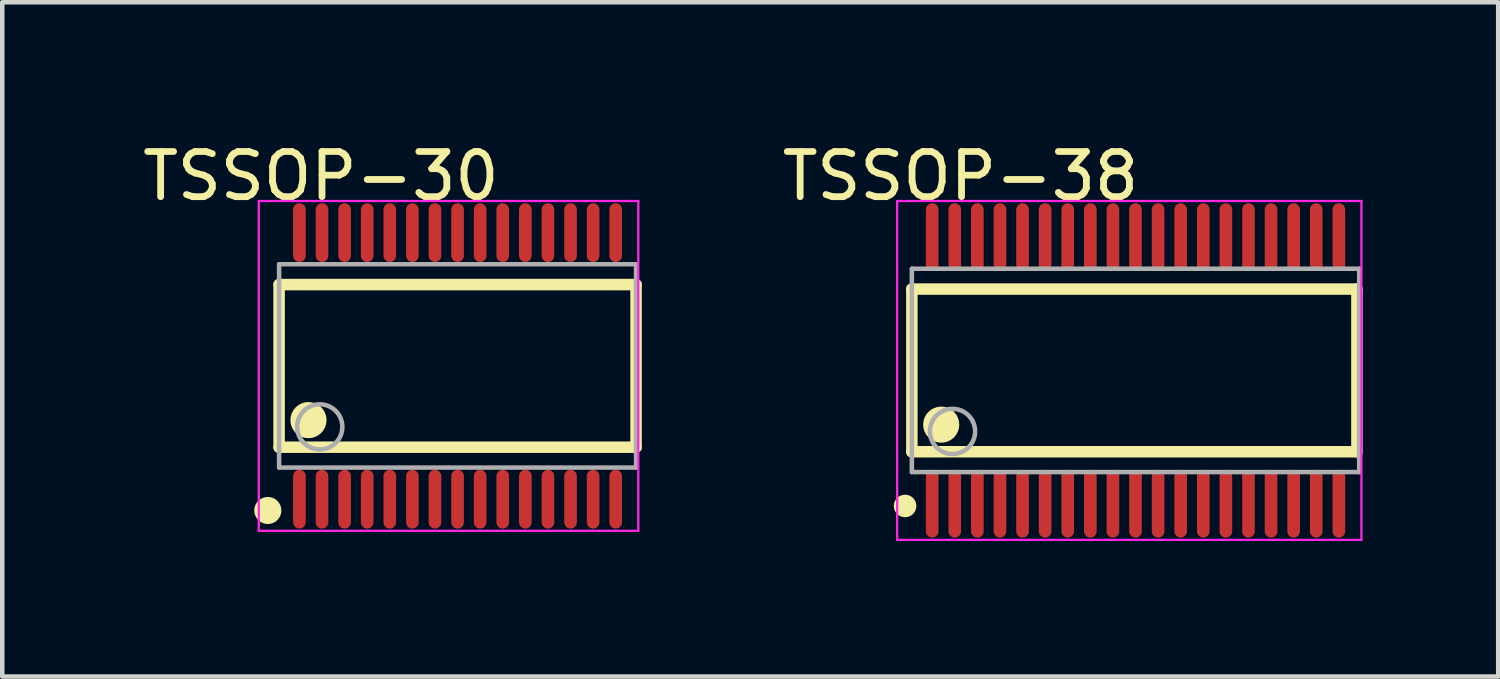
<source format=kicad_pcb>
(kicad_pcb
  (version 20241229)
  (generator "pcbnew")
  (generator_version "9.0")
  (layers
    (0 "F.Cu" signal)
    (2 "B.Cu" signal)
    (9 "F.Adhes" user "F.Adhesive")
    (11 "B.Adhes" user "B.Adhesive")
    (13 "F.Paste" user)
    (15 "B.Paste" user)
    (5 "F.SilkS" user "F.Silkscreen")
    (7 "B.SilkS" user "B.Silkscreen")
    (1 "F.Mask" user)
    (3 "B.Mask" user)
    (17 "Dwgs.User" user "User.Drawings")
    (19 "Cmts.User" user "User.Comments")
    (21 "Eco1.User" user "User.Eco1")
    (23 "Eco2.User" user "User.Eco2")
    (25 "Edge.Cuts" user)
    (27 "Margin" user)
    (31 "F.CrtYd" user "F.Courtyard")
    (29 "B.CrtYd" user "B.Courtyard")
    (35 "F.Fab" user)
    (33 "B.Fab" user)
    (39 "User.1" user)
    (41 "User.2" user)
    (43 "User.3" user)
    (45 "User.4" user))
  (footprint "TSSOP-30"
    (layer "F.Cu")
    (at 7.077 5.048)
    (property "Reference" "TSSOP-30" (at -3.024 -4.2 0) (layer "F.SilkS") (effects (font (size 1 1) (thickness 0.15))))
    (attr through_hole)
    (fp_line (start -3.95 -1.8) (end 3.95 -1.8) (stroke (width 0.254) (type solid)) (layer "F.SilkS"))
    (fp_line (start -3.95 1.8) (end -3.95 -1.8) (stroke (width 0.254) (type solid)) (layer "F.SilkS"))
    (fp_line (start -3.95 1.8) (end 3.95 1.8) (stroke (width 0.254) (type solid)) (layer "F.SilkS"))
    (fp_line (start 3.95 1.8) (end 3.95 -1.8) (stroke (width 0.254) (type solid)) (layer "F.SilkS"))
    (fp_circle (center -4.2 3.2) (end -4.05 3.2) (stroke (width 0.3) (type solid)) (fill no) (layer "F.SilkS"))
    (fp_circle (center -3.3 1.2) (end -3.1 1.2) (stroke (width 0.4) (type solid)) (fill no) (layer "F.SilkS"))
    (fp_line (start -4.4 -3.65) (end 4 -3.65) (stroke (width 0.05) (type solid)) (layer "F.CrtYd"))
    (fp_line (start -4.4 3.65) (end -4.4 -3.65) (stroke (width 0.05) (type solid)) (layer "F.CrtYd"))
    (fp_line (start 4 -3.65) (end 4 3.65) (stroke (width 0.05) (type solid)) (layer "F.CrtYd"))
    (fp_line (start 4 3.65) (end -4.4 3.65) (stroke (width 0.05) (type solid)) (layer "F.CrtYd"))
    (fp_line (start -3.95 -2.25) (end 3.95 -2.25) (stroke (width 0.1) (type solid)) (layer "F.Fab"))
    (fp_line (start -3.95 2.25) (end -3.95 -2.25) (stroke (width 0.1) (type solid)) (layer "F.Fab"))
    (fp_line (start -3.95 2.25) (end 3.95 2.25) (stroke (width 0.1) (type solid)) (layer "F.Fab"))
    (fp_line (start 3.95 2.25) (end 3.95 -2.25) (stroke (width 0.1) (type solid)) (layer "F.Fab"))
    (fp_circle (center -3.05 1.35) (end -2.55 1.35) (stroke (width 0.1) (type solid)) (fill no) (layer "F.Fab"))
    (pad "1" smd oval (at -3.5 2.95) (size 0.28 1.3) (layers "F.Cu" "F.Mask" "F.Paste"))
    (pad "2" smd oval (at -3 2.95) (size 0.28 1.3) (layers "F.Cu" "F.Mask" "F.Paste"))
    (pad "3" smd oval (at -2.5 2.95) (size 0.28 1.3) (layers "F.Cu" "F.Mask" "F.Paste"))
    (pad "4" smd oval (at -2 2.95) (size 0.28 1.3) (layers "F.Cu" "F.Mask" "F.Paste"))
    (pad "5" smd oval (at -1.5 2.95) (size 0.28 1.3) (layers "F.Cu" "F.Mask" "F.Paste"))
    (pad "6" smd oval (at -1 2.95) (size 0.28 1.3) (layers "F.Cu" "F.Mask" "F.Paste"))
    (pad "7" smd oval (at -0.5 2.95) (size 0.28 1.3) (layers "F.Cu" "F.Mask" "F.Paste"))
    (pad "8" smd oval (at 0 2.95) (size 0.28 1.3) (layers "F.Cu" "F.Mask" "F.Paste"))
    (pad "9" smd oval (at 0.5 2.95) (size 0.28 1.3) (layers "F.Cu" "F.Mask" "F.Paste"))
    (pad "10" smd oval (at 1 2.95) (size 0.28 1.3) (layers "F.Cu" "F.Mask" "F.Paste"))
    (pad "11" smd oval (at 1.5 2.95) (size 0.28 1.3) (layers "F.Cu" "F.Mask" "F.Paste"))
    (pad "12" smd oval (at 2 2.95) (size 0.28 1.3) (layers "F.Cu" "F.Mask" "F.Paste"))
    (pad "13" smd oval (at 2.5 2.95) (size 0.28 1.3) (layers "F.Cu" "F.Mask" "F.Paste"))
    (pad "14" smd oval (at 3 2.95) (size 0.28 1.3) (layers "F.Cu" "F.Mask" "F.Paste"))
    (pad "15" smd oval (at 3.5 2.95) (size 0.28 1.3) (layers "F.Cu" "F.Mask" "F.Paste"))
    (pad "16" smd oval (at 3.5 -2.95 180) (size 0.28 1.3) (layers "F.Cu" "F.Mask" "F.Paste"))
    (pad "17" smd oval (at 3 -2.95 180) (size 0.28 1.3) (layers "F.Cu" "F.Mask" "F.Paste"))
    (pad "18" smd oval (at 2.5 -2.95 180) (size 0.28 1.3) (layers "F.Cu" "F.Mask" "F.Paste"))
    (pad "19" smd oval (at 2 -2.95 180) (size 0.28 1.3) (layers "F.Cu" "F.Mask" "F.Paste"))
    (pad "20" smd oval (at 1.5 -2.95 180) (size 0.28 1.3) (layers "F.Cu" "F.Mask" "F.Paste"))
    (pad "21" smd oval (at 1 -2.95 180) (size 0.28 1.3) (layers "F.Cu" "F.Mask" "F.Paste"))
    (pad "22" smd oval (at 0.5 -2.95 180) (size 0.28 1.3) (layers "F.Cu" "F.Mask" "F.Paste"))
    (pad "23" smd oval (at 0 -2.95 180) (size 0.28 1.3) (layers "F.Cu" "F.Mask" "F.Paste"))
    (pad "24" smd oval (at -0.5 -2.95 180) (size 0.28 1.3) (layers "F.Cu" "F.Mask" "F.Paste"))
    (pad "25" smd oval (at -1 -2.95 180) (size 0.28 1.3) (layers "F.Cu" "F.Mask" "F.Paste"))
    (pad "26" smd oval (at -1.5 -2.95 180) (size 0.28 1.3) (layers "F.Cu" "F.Mask" "F.Paste"))
    (pad "27" smd oval (at -2 -2.95 180) (size 0.28 1.3) (layers "F.Cu" "F.Mask" "F.Paste"))
    (pad "28" smd oval (at -2.5 -2.95 180) (size 0.28 1.3) (layers "F.Cu" "F.Mask" "F.Paste"))
    (pad "29" smd oval (at -3 -2.95 180) (size 0.28 1.3) (layers "F.Cu" "F.Mask" "F.Paste"))
    (pad "30" smd oval (at -3.5 -2.95 180) (size 0.28 1.3) (layers "F.Cu" "F.Mask" "F.Paste")))
  (footprint "TSSOP-38"
    (layer "F.Cu")
    (at 22.081 5.148)
    (property "Reference" "TSSOP-38" (at -3.874 -4.3 0) (layer "F.SilkS") (effects (font (size 1 1) (thickness 0.15))))
    (attr through_hole)
    (fp_line (start -4.95 -1.8) (end 4.9 -1.8) (stroke (width 0.254) (type solid)) (layer "F.SilkS"))
    (fp_line (start -4.95 1.8) (end -4.95 -1.8) (stroke (width 0.254) (type solid)) (layer "F.SilkS"))
    (fp_line (start -4.95 1.8) (end 4.9 1.8) (stroke (width 0.254) (type solid)) (layer "F.SilkS"))
    (fp_line (start 4.9 1.8) (end 4.9 -1.8) (stroke (width 0.254) (type solid)) (layer "F.SilkS"))
    (fp_circle (center -5.1 3) (end -4.975 3) (stroke (width 0.25) (type solid)) (fill no) (layer "F.SilkS"))
    (fp_circle (center -4.3 1.2) (end -4.1 1.2) (stroke (width 0.4) (type solid)) (fill no) (layer "F.SilkS"))
    (fp_line (start -5.275 -3.75) (end 5 -3.75) (stroke (width 0.05) (type solid)) (layer "F.CrtYd"))
    (fp_line (start -5.275 3.75) (end -5.275 -3.75) (stroke (width 0.05) (type solid)) (layer "F.CrtYd"))
    (fp_line (start 5 -3.75) (end 5 3.75) (stroke (width 0.05) (type solid)) (layer "F.CrtYd"))
    (fp_line (start 5 3.75) (end -5.275 3.75) (stroke (width 0.05) (type solid)) (layer "F.CrtYd"))
    (fp_line (start -4.95 -2.25) (end 4.95 -2.25) (stroke (width 0.1) (type solid)) (layer "F.Fab"))
    (fp_line (start -4.95 2.25) (end -4.95 -2.25) (stroke (width 0.1) (type solid)) (layer "F.Fab"))
    (fp_line (start -4.95 2.25) (end 4.95 2.25) (stroke (width 0.1) (type solid)) (layer "F.Fab"))
    (fp_line (start 4.95 2.25) (end 4.95 -2.25) (stroke (width 0.1) (type solid)) (layer "F.Fab"))
    (fp_circle (center -4.05 1.35) (end -3.55 1.35) (stroke (width 0.1) (type solid)) (fill no) (layer "F.Fab"))
    (pad "1" smd oval (at -4.5 2.95) (size 0.28 1.5) (layers "F.Cu" "F.Mask" "F.Paste"))
    (pad "2" smd oval (at -4 2.95) (size 0.28 1.5) (layers "F.Cu" "F.Mask" "F.Paste"))
    (pad "3" smd oval (at -3.5 2.95) (size 0.28 1.5) (layers "F.Cu" "F.Mask" "F.Paste"))
    (pad "4" smd oval (at -3 2.95) (size 0.28 1.5) (layers "F.Cu" "F.Mask" "F.Paste"))
    (pad "5" smd oval (at -2.5 2.95) (size 0.28 1.5) (layers "F.Cu" "F.Mask" "F.Paste"))
    (pad "6" smd oval (at -2 2.95) (size 0.28 1.5) (layers "F.Cu" "F.Mask" "F.Paste"))
    (pad "7" smd oval (at -1.5 2.95) (size 0.28 1.5) (layers "F.Cu" "F.Mask" "F.Paste"))
    (pad "8" smd oval (at -1 2.95) (size 0.28 1.5) (layers "F.Cu" "F.Mask" "F.Paste"))
    (pad "9" smd oval (at -0.5 2.95) (size 0.28 1.5) (layers "F.Cu" "F.Mask" "F.Paste"))
    (pad "10" smd oval (at 0 2.95) (size 0.28 1.5) (layers "F.Cu" "F.Mask" "F.Paste"))
    (pad "11" smd oval (at 0.5 2.95) (size 0.28 1.5) (layers "F.Cu" "F.Mask" "F.Paste"))
    (pad "12" smd oval (at 1 2.95) (size 0.28 1.5) (layers "F.Cu" "F.Mask" "F.Paste"))
    (pad "13" smd oval (at 1.5 2.95) (size 0.28 1.5) (layers "F.Cu" "F.Mask" "F.Paste"))
    (pad "14" smd oval (at 2 2.95) (size 0.28 1.5) (layers "F.Cu" "F.Mask" "F.Paste"))
    (pad "15" smd oval (at 2.5 2.95) (size 0.28 1.5) (layers "F.Cu" "F.Mask" "F.Paste"))
    (pad "16" smd oval (at 3 2.95) (size 0.28 1.5) (layers "F.Cu" "F.Mask" "F.Paste"))
    (pad "17" smd oval (at 3.5 2.95) (size 0.28 1.5) (layers "F.Cu" "F.Mask" "F.Paste"))
    (pad "18" smd oval (at 4 2.95) (size 0.28 1.5) (layers "F.Cu" "F.Mask" "F.Paste"))
    (pad "19" smd oval (at 4.5 2.95) (size 0.28 1.5) (layers "F.Cu" "F.Mask" "F.Paste"))
    (pad "20" smd oval (at 4.5 -2.95) (size 0.28 1.5) (layers "F.Cu" "F.Mask" "F.Paste"))
    (pad "21" smd oval (at 4 -2.95) (size 0.28 1.5) (layers "F.Cu" "F.Mask" "F.Paste"))
    (pad "22" smd oval (at 3.5 -2.95) (size 0.28 1.5) (layers "F.Cu" "F.Mask" "F.Paste"))
    (pad "23" smd oval (at 3 -2.95) (size 0.28 1.5) (layers "F.Cu" "F.Mask" "F.Paste"))
    (pad "24" smd oval (at 2.5 -2.95) (size 0.28 1.5) (layers "F.Cu" "F.Mask" "F.Paste"))
    (pad "25" smd oval (at 2 -2.95) (size 0.28 1.5) (layers "F.Cu" "F.Mask" "F.Paste"))
    (pad "26" smd oval (at 1.5 -2.95) (size 0.28 1.5) (layers "F.Cu" "F.Mask" "F.Paste"))
    (pad "27" smd oval (at 1 -2.95) (size 0.28 1.5) (layers "F.Cu" "F.Mask" "F.Paste"))
    (pad "28" smd oval (at 0.5 -2.95) (size 0.28 1.5) (layers "F.Cu" "F.Mask" "F.Paste"))
    (pad "29" smd oval (at 0 -2.95) (size 0.28 1.5) (layers "F.Cu" "F.Mask" "F.Paste"))
    (pad "30" smd oval (at -0.5 -2.95) (size 0.28 1.5) (layers "F.Cu" "F.Mask" "F.Paste"))
    (pad "31" smd oval (at -1 -2.95) (size 0.28 1.5) (layers "F.Cu" "F.Mask" "F.Paste"))
    (pad "32" smd oval (at -1.5 -2.95) (size 0.28 1.5) (layers "F.Cu" "F.Mask" "F.Paste"))
    (pad "33" smd oval (at -2 -2.95) (size 0.28 1.5) (layers "F.Cu" "F.Mask" "F.Paste"))
    (pad "34" smd oval (at -2.5 -2.95) (size 0.28 1.5) (layers "F.Cu" "F.Mask" "F.Paste"))
    (pad "35" smd oval (at -3 -2.95) (size 0.28 1.5) (layers "F.Cu" "F.Mask" "F.Paste"))
    (pad "36" smd oval (at -3.5 -2.95) (size 0.28 1.5) (layers "F.Cu" "F.Mask" "F.Paste"))
    (pad "37" smd oval (at -4 -2.95) (size 0.28 1.5) (layers "F.Cu" "F.Mask" "F.Paste"))
    (pad "38" smd oval (at -4.5 -2.95) (size 0.28 1.5) (layers "F.Cu" "F.Mask" "F.Paste")))
  (gr_rect
    (start -3 -3)
    (end 30.108 11.923)
    (stroke (width 0.1) (type default))
    (fill no)
    (layer "Edge.Cuts")))
</source>
